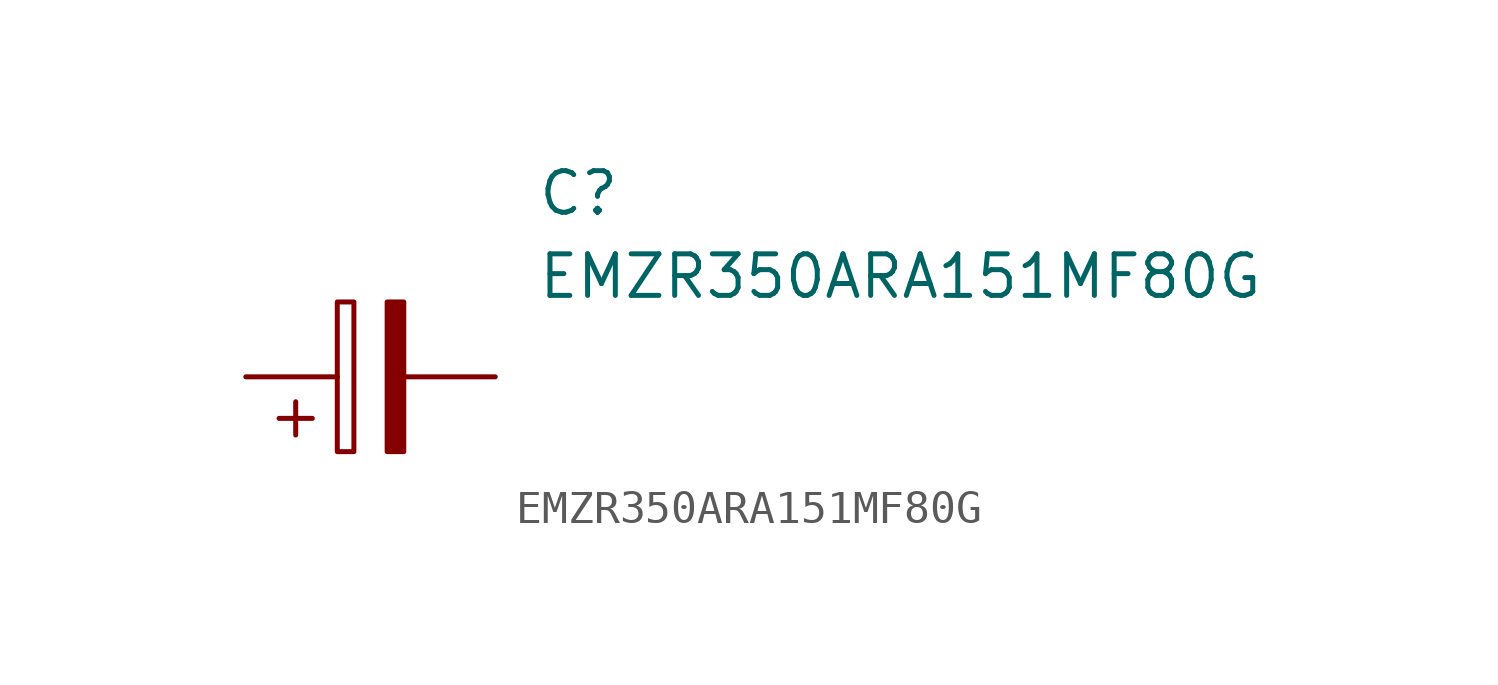
<source format=kicad_sym>
(kicad_symbol_lib
  (version 20220914)
  (generator kicad_symbol_editor)
  (symbol "EMZR350ARA151MF80G"
    (pin_numbers hide)
    (pin_names hide)
    (property "Reference" "C"
      (at 8.89 6.35 0)
      (effects (font (size 1.27 1.27)) (justify left top)))
    (property "Value" "EMZR350ARA151MF80G"
      (at 8.89 3.81 0)
      (effects (font (size 1.27 1.27)) (justify left top)))
    (symbol "EMZR350ARA151MF80G_0_1"
      (polyline (pts (xy 1.016 -1.27) (xy 2.032 -1.27)) (stroke (width 0) (type default)) (fill (type none)))
      (polyline (pts (xy 1.524 -1.778) (xy 1.524 -0.762)) (stroke (width 0) (type default)) (fill (type none)))
      (rectangle (start 3.302 -2.286) (end 2.794 2.286) (stroke (width 0) (type default)) (fill (type none)))
      (rectangle (start 4.318 2.286) (end 4.826 -2.286) (stroke (width 0) (type default)) (fill (type outline))))
    (symbol "EMZR350ARA151MF80G_1_1"
      (pin passive line (at 0 0 0) (length 2.794) (name "~" (effects (font (size 1.27 1.27)))) (number "1" (effects (font (size 1.27 1.27)))))
      (pin passive line (at 7.62 0 180) (length 2.794) (name "~" (effects (font (size 1.27 1.27)))) (number "2" (effects (font (size 1.27 1.27))))))))
</source>
